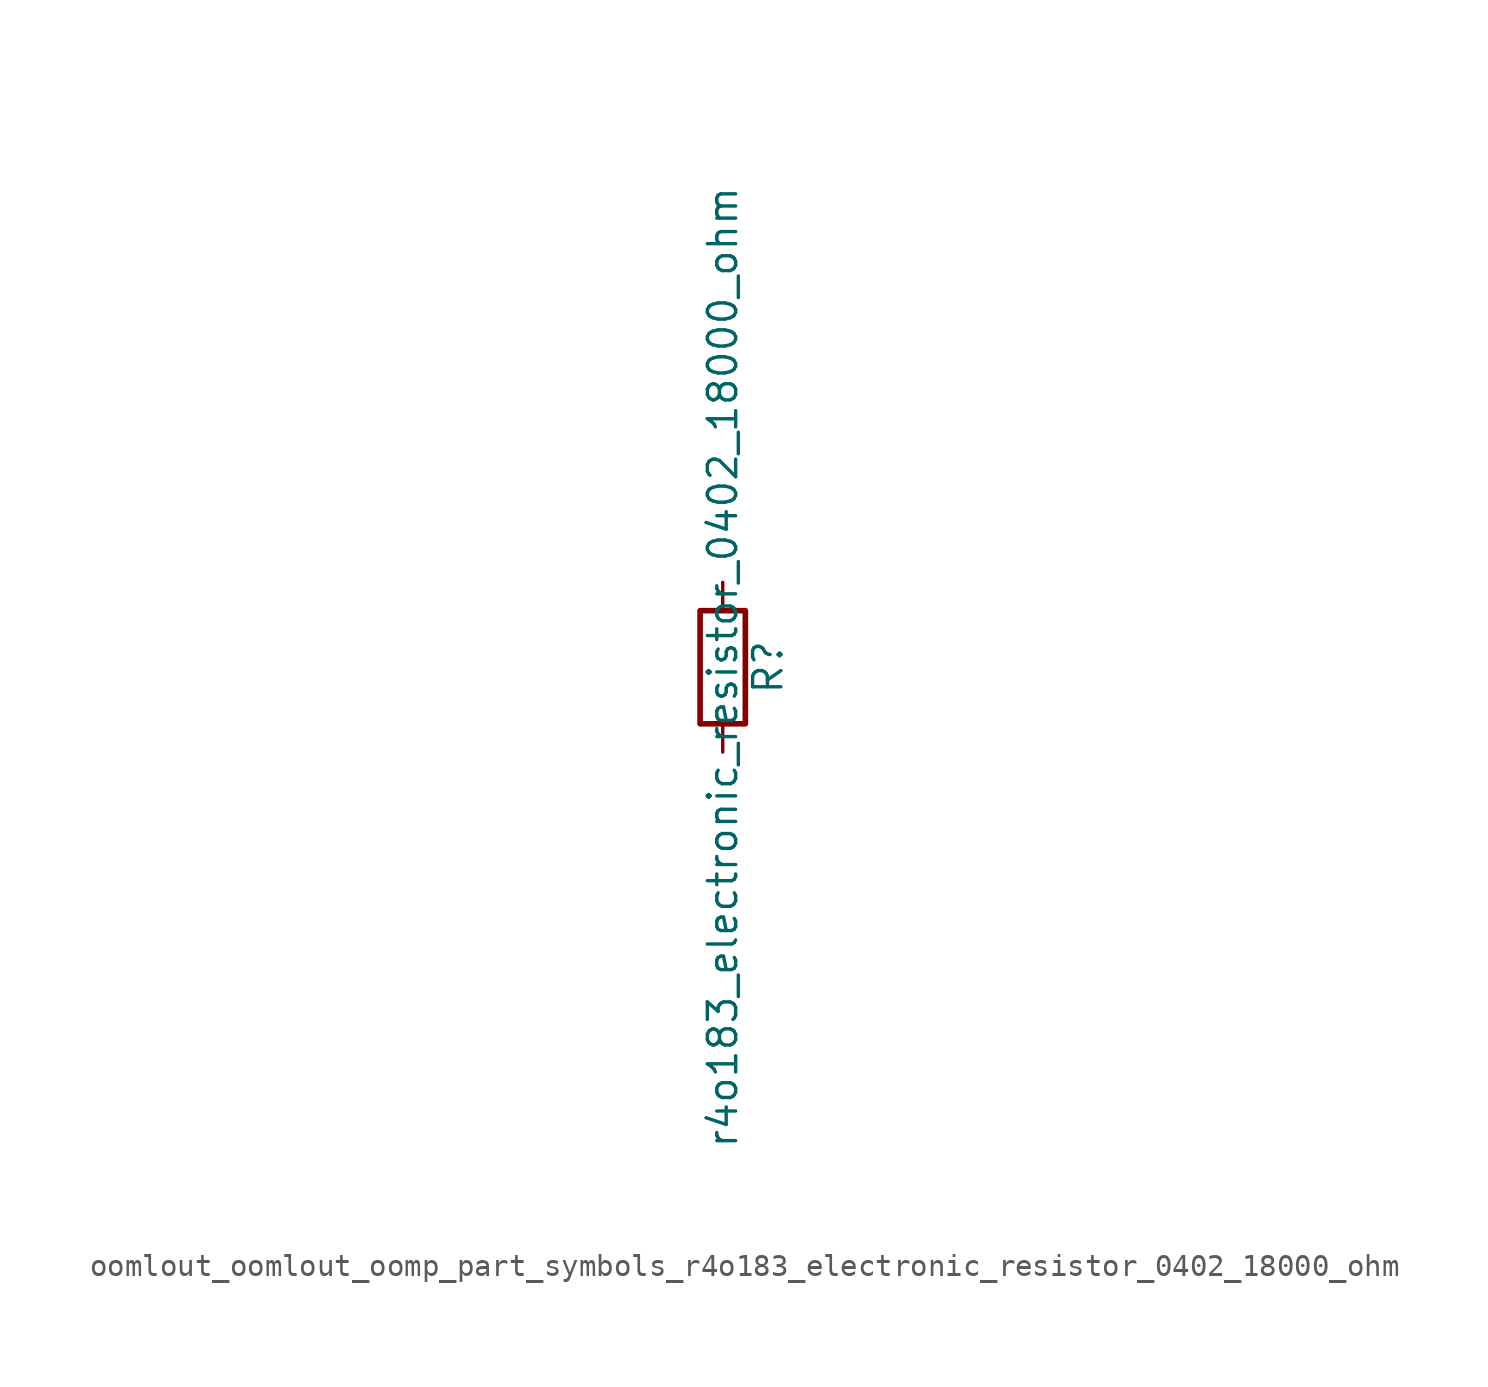
<source format=kicad_sym>
(kicad_symbol_lib
  (version 20220914)
  (generator kicad_symbol_editor)
  (symbol "oomlout_oomlout_oomp_part_symbols_r4o183_electronic_resistor_0402_18000_ohm"
    (pin_numbers hide)
    (pin_names
      (offset 0))
    (property "Reference" "R"
      (at 2.032 0 90)
      (effects (font (size 1.27 1.27))))
    (property "Value" "r4o183_electronic_resistor_0402_18000_ohm"
      (at 0 0 90)
      (effects (font (size 1.27 1.27))))
    (symbol "oomlout_oomlout_oomp_part_symbols_r4o183_electronic_resistor_0402_18000_ohm_0_1"
      (rectangle (start -1.016 -2.54) (end 1.016 2.54) (stroke (width 0.254) (type default)) (fill (type none))))
    (symbol "oomlout_oomlout_oomp_part_symbols_r4o183_electronic_resistor_0402_18000_ohm_1_1"
      (pin passive line (at 0 3.81 270) (length 1.27) (name "~" (effects (font (size 1.27 1.27)))) (number "1" (effects (font (size 1.27 1.27)))))
      (pin passive line (at 0 -3.81 90) (length 1.27) (name "~" (effects (font (size 1.27 1.27)))) (number "2" (effects (font (size 1.27 1.27))))))))
</source>
